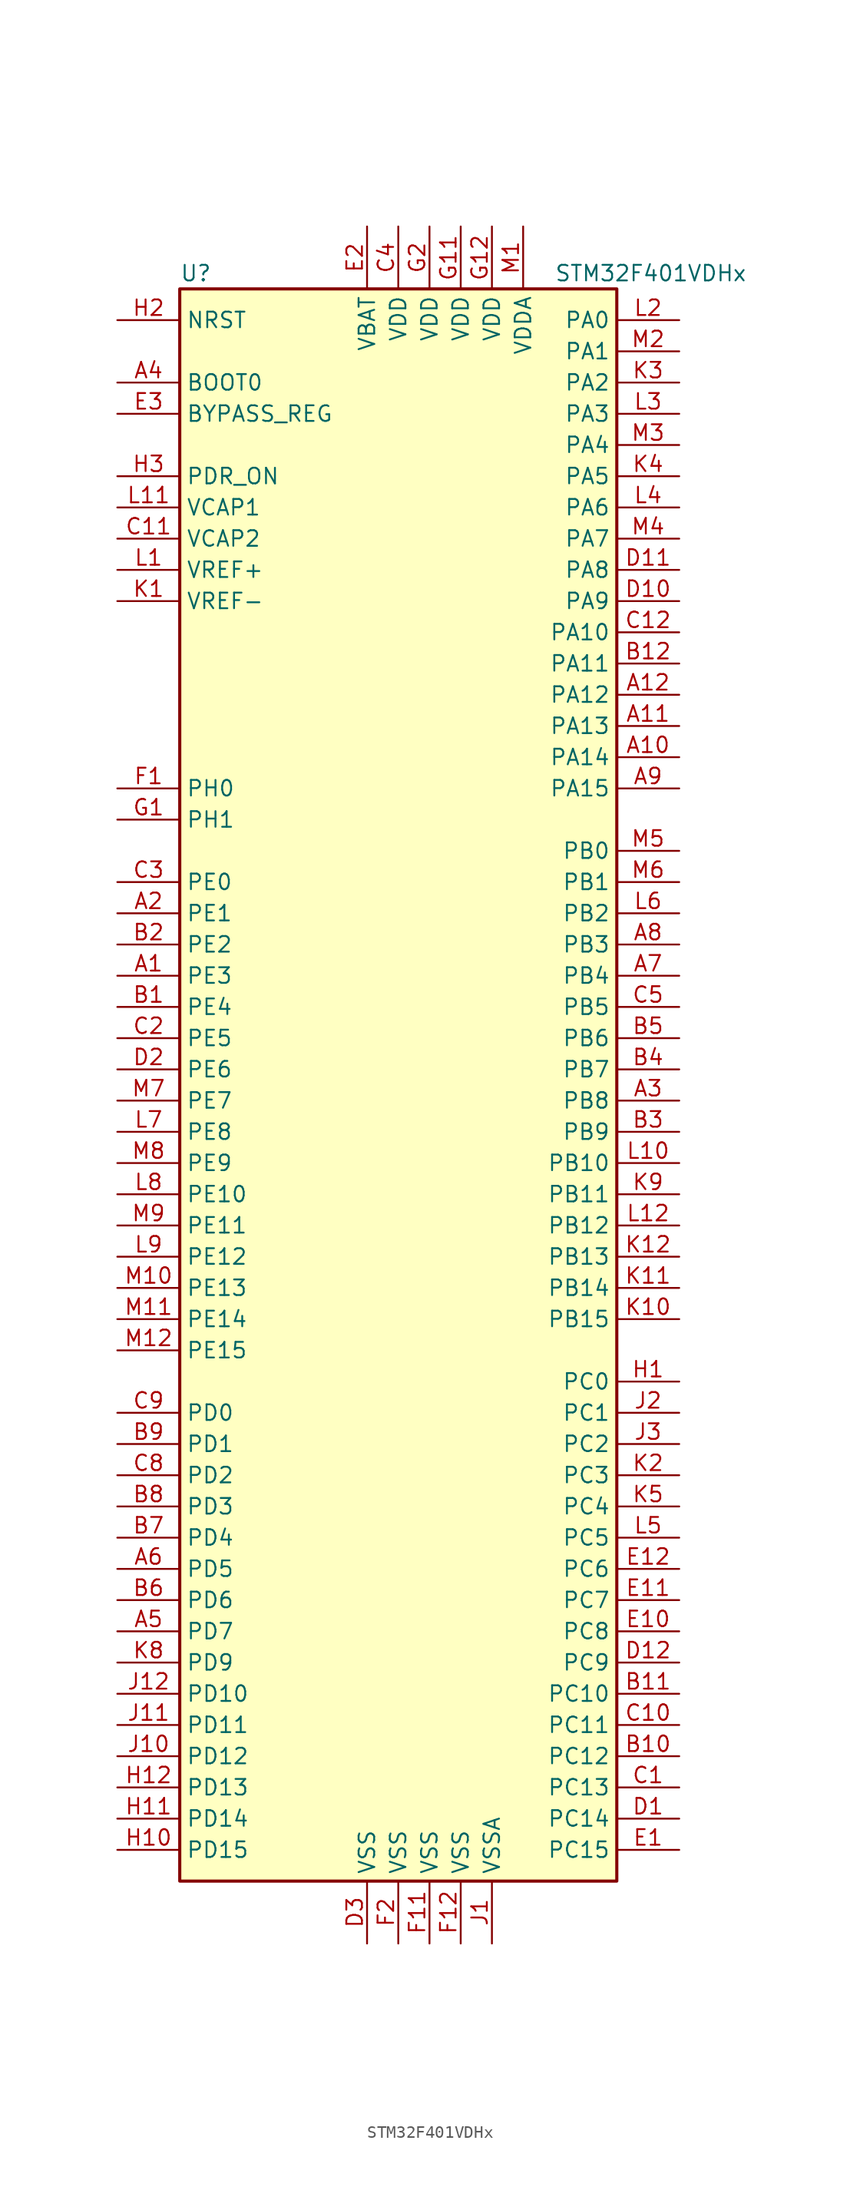
<source format=kicad_sym>
(kicad_symbol_lib
  (version 20201005)
  (generator kicad_symbol_editor)
  (symbol "STM32F401VDHx"
    (property "Reference" "U"
      (at -17.78 64.77 0)
      (effects (font (size 1.27 1.27)) (justify left)))
    (property "Value" "STM32F401VDHx"
      (at 12.7 64.77 0)
      (effects (font (size 1.27 1.27)) (justify left)))
    (symbol "STM32F401VDHx_0_1"
      (rectangle (start -17.78 -66.04) (end 17.78 63.5) (stroke (width 0.254)) (fill (type background))))
    (symbol "STM32F401VDHx_1_1"
      (pin bidirectional line (at -22.86 7.62 0) (length 5.08) (name "PE3" (effects (font (size 1.27 1.27)))) (number "A1" (effects (font (size 1.27 1.27)))))
      (pin bidirectional line (at 22.86 25.4 180) (length 5.08) (name "PA14" (effects (font (size 1.27 1.27)))) (number "A10" (effects (font (size 1.27 1.27)))))
      (pin bidirectional line (at 22.86 27.94 180) (length 5.08) (name "PA13" (effects (font (size 1.27 1.27)))) (number "A11" (effects (font (size 1.27 1.27)))))
      (pin bidirectional line (at 22.86 30.48 180) (length 5.08) (name "PA12" (effects (font (size 1.27 1.27)))) (number "A12" (effects (font (size 1.27 1.27)))))
      (pin bidirectional line (at -22.86 12.7 0) (length 5.08) (name "PE1" (effects (font (size 1.27 1.27)))) (number "A2" (effects (font (size 1.27 1.27)))))
      (pin bidirectional line (at 22.86 -2.54 180) (length 5.08) (name "PB8" (effects (font (size 1.27 1.27)))) (number "A3" (effects (font (size 1.27 1.27)))))
      (pin input line (at -22.86 55.88 0) (length 5.08) (name "BOOT0" (effects (font (size 1.27 1.27)))) (number "A4" (effects (font (size 1.27 1.27)))))
      (pin bidirectional line (at -22.86 -45.72 0) (length 5.08) (name "PD7" (effects (font (size 1.27 1.27)))) (number "A5" (effects (font (size 1.27 1.27)))))
      (pin bidirectional line (at -22.86 -40.64 0) (length 5.08) (name "PD5" (effects (font (size 1.27 1.27)))) (number "A6" (effects (font (size 1.27 1.27)))))
      (pin bidirectional line (at 22.86 7.62 180) (length 5.08) (name "PB4" (effects (font (size 1.27 1.27)))) (number "A7" (effects (font (size 1.27 1.27)))))
      (pin bidirectional line (at 22.86 10.16 180) (length 5.08) (name "PB3" (effects (font (size 1.27 1.27)))) (number "A8" (effects (font (size 1.27 1.27)))))
      (pin bidirectional line (at 22.86 22.86 180) (length 5.08) (name "PA15" (effects (font (size 1.27 1.27)))) (number "A9" (effects (font (size 1.27 1.27)))))
      (pin bidirectional line (at -22.86 5.08 0) (length 5.08) (name "PE4" (effects (font (size 1.27 1.27)))) (number "B1" (effects (font (size 1.27 1.27)))))
      (pin bidirectional line (at 22.86 -55.88 180) (length 5.08) (name "PC12" (effects (font (size 1.27 1.27)))) (number "B10" (effects (font (size 1.27 1.27)))))
      (pin bidirectional line (at 22.86 -50.8 180) (length 5.08) (name "PC10" (effects (font (size 1.27 1.27)))) (number "B11" (effects (font (size 1.27 1.27)))))
      (pin bidirectional line (at 22.86 33.02 180) (length 5.08) (name "PA11" (effects (font (size 1.27 1.27)))) (number "B12" (effects (font (size 1.27 1.27)))))
      (pin bidirectional line (at -22.86 10.16 0) (length 5.08) (name "PE2" (effects (font (size 1.27 1.27)))) (number "B2" (effects (font (size 1.27 1.27)))))
      (pin bidirectional line (at 22.86 -5.08 180) (length 5.08) (name "PB9" (effects (font (size 1.27 1.27)))) (number "B3" (effects (font (size 1.27 1.27)))))
      (pin bidirectional line (at 22.86 0 180) (length 5.08) (name "PB7" (effects (font (size 1.27 1.27)))) (number "B4" (effects (font (size 1.27 1.27)))))
      (pin bidirectional line (at 22.86 2.54 180) (length 5.08) (name "PB6" (effects (font (size 1.27 1.27)))) (number "B5" (effects (font (size 1.27 1.27)))))
      (pin bidirectional line (at -22.86 -43.18 0) (length 5.08) (name "PD6" (effects (font (size 1.27 1.27)))) (number "B6" (effects (font (size 1.27 1.27)))))
      (pin bidirectional line (at -22.86 -38.1 0) (length 5.08) (name "PD4" (effects (font (size 1.27 1.27)))) (number "B7" (effects (font (size 1.27 1.27)))))
      (pin bidirectional line (at -22.86 -35.56 0) (length 5.08) (name "PD3" (effects (font (size 1.27 1.27)))) (number "B8" (effects (font (size 1.27 1.27)))))
      (pin bidirectional line (at -22.86 -30.48 0) (length 5.08) (name "PD1" (effects (font (size 1.27 1.27)))) (number "B9" (effects (font (size 1.27 1.27)))))
      (pin bidirectional line (at 22.86 -58.42 180) (length 5.08) (name "PC13" (effects (font (size 1.27 1.27)))) (number "C1" (effects (font (size 1.27 1.27)))))
      (pin bidirectional line (at 22.86 -53.34 180) (length 5.08) (name "PC11" (effects (font (size 1.27 1.27)))) (number "C10" (effects (font (size 1.27 1.27)))))
      (pin power_in line (at -22.86 43.18 0) (length 5.08) (name "VCAP2" (effects (font (size 1.27 1.27)))) (number "C11" (effects (font (size 1.27 1.27)))))
      (pin bidirectional line (at 22.86 35.56 180) (length 5.08) (name "PA10" (effects (font (size 1.27 1.27)))) (number "C12" (effects (font (size 1.27 1.27)))))
      (pin bidirectional line (at -22.86 2.54 0) (length 5.08) (name "PE5" (effects (font (size 1.27 1.27)))) (number "C2" (effects (font (size 1.27 1.27)))))
      (pin bidirectional line (at -22.86 15.24 0) (length 5.08) (name "PE0" (effects (font (size 1.27 1.27)))) (number "C3" (effects (font (size 1.27 1.27)))))
      (pin power_in line (at 0 68.58 270) (length 5.08) (name "VDD" (effects (font (size 1.27 1.27)))) (number "C4" (effects (font (size 1.27 1.27)))))
      (pin bidirectional line (at 22.86 5.08 180) (length 5.08) (name "PB5" (effects (font (size 1.27 1.27)))) (number "C5" (effects (font (size 1.27 1.27)))))
      (pin bidirectional line (at -22.86 -33.02 0) (length 5.08) (name "PD2" (effects (font (size 1.27 1.27)))) (number "C8" (effects (font (size 1.27 1.27)))))
      (pin bidirectional line (at -22.86 -27.94 0) (length 5.08) (name "PD0" (effects (font (size 1.27 1.27)))) (number "C9" (effects (font (size 1.27 1.27)))))
      (pin bidirectional line (at 22.86 -60.96 180) (length 5.08) (name "PC14" (effects (font (size 1.27 1.27)))) (number "D1" (effects (font (size 1.27 1.27)))))
      (pin bidirectional line (at 22.86 38.1 180) (length 5.08) (name "PA9" (effects (font (size 1.27 1.27)))) (number "D10" (effects (font (size 1.27 1.27)))))
      (pin bidirectional line (at 22.86 40.64 180) (length 5.08) (name "PA8" (effects (font (size 1.27 1.27)))) (number "D11" (effects (font (size 1.27 1.27)))))
      (pin bidirectional line (at 22.86 -48.26 180) (length 5.08) (name "PC9" (effects (font (size 1.27 1.27)))) (number "D12" (effects (font (size 1.27 1.27)))))
      (pin bidirectional line (at -22.86 0 0) (length 5.08) (name "PE6" (effects (font (size 1.27 1.27)))) (number "D2" (effects (font (size 1.27 1.27)))))
      (pin power_in line (at -2.54 -71.12 90) (length 5.08) (name "VSS" (effects (font (size 1.27 1.27)))) (number "D3" (effects (font (size 1.27 1.27)))))
      (pin bidirectional line (at 22.86 -63.5 180) (length 5.08) (name "PC15" (effects (font (size 1.27 1.27)))) (number "E1" (effects (font (size 1.27 1.27)))))
      (pin bidirectional line (at 22.86 -45.72 180) (length 5.08) (name "PC8" (effects (font (size 1.27 1.27)))) (number "E10" (effects (font (size 1.27 1.27)))))
      (pin bidirectional line (at 22.86 -43.18 180) (length 5.08) (name "PC7" (effects (font (size 1.27 1.27)))) (number "E11" (effects (font (size 1.27 1.27)))))
      (pin bidirectional line (at 22.86 -40.64 180) (length 5.08) (name "PC6" (effects (font (size 1.27 1.27)))) (number "E12" (effects (font (size 1.27 1.27)))))
      (pin power_in line (at -2.54 68.58 270) (length 5.08) (name "VBAT" (effects (font (size 1.27 1.27)))) (number "E2" (effects (font (size 1.27 1.27)))))
      (pin input line (at -22.86 53.34 0) (length 5.08) (name "BYPASS_REG" (effects (font (size 1.27 1.27)))) (number "E3" (effects (font (size 1.27 1.27)))))
      (pin input line (at -22.86 22.86 0) (length 5.08) (name "PH0" (effects (font (size 1.27 1.27)))) (number "F1" (effects (font (size 1.27 1.27)))))
      (pin power_in line (at 2.54 -71.12 90) (length 5.08) (name "VSS" (effects (font (size 1.27 1.27)))) (number "F11" (effects (font (size 1.27 1.27)))))
      (pin power_in line (at 5.08 -71.12 90) (length 5.08) (name "VSS" (effects (font (size 1.27 1.27)))) (number "F12" (effects (font (size 1.27 1.27)))))
      (pin power_in line (at 0 -71.12 90) (length 5.08) (name "VSS" (effects (font (size 1.27 1.27)))) (number "F2" (effects (font (size 1.27 1.27)))))
      (pin input line (at -22.86 20.32 0) (length 5.08) (name "PH1" (effects (font (size 1.27 1.27)))) (number "G1" (effects (font (size 1.27 1.27)))))
      (pin power_in line (at 5.08 68.58 270) (length 5.08) (name "VDD" (effects (font (size 1.27 1.27)))) (number "G11" (effects (font (size 1.27 1.27)))))
      (pin power_in line (at 7.62 68.58 270) (length 5.08) (name "VDD" (effects (font (size 1.27 1.27)))) (number "G12" (effects (font (size 1.27 1.27)))))
      (pin power_in line (at 2.54 68.58 270) (length 5.08) (name "VDD" (effects (font (size 1.27 1.27)))) (number "G2" (effects (font (size 1.27 1.27)))))
      (pin bidirectional line (at 22.86 -25.4 180) (length 5.08) (name "PC0" (effects (font (size 1.27 1.27)))) (number "H1" (effects (font (size 1.27 1.27)))))
      (pin bidirectional line (at -22.86 -63.5 0) (length 5.08) (name "PD15" (effects (font (size 1.27 1.27)))) (number "H10" (effects (font (size 1.27 1.27)))))
      (pin bidirectional line (at -22.86 -60.96 0) (length 5.08) (name "PD14" (effects (font (size 1.27 1.27)))) (number "H11" (effects (font (size 1.27 1.27)))))
      (pin bidirectional line (at -22.86 -58.42 0) (length 5.08) (name "PD13" (effects (font (size 1.27 1.27)))) (number "H12" (effects (font (size 1.27 1.27)))))
      (pin input line (at -22.86 60.96 0) (length 5.08) (name "NRST" (effects (font (size 1.27 1.27)))) (number "H2" (effects (font (size 1.27 1.27)))))
      (pin power_in line (at -22.86 48.26 0) (length 5.08) (name "PDR_ON" (effects (font (size 1.27 1.27)))) (number "H3" (effects (font (size 1.27 1.27)))))
      (pin power_in line (at 7.62 -71.12 90) (length 5.08) (name "VSSA" (effects (font (size 1.27 1.27)))) (number "J1" (effects (font (size 1.27 1.27)))))
      (pin bidirectional line (at -22.86 -55.88 0) (length 5.08) (name "PD12" (effects (font (size 1.27 1.27)))) (number "J10" (effects (font (size 1.27 1.27)))))
      (pin bidirectional line (at -22.86 -53.34 0) (length 5.08) (name "PD11" (effects (font (size 1.27 1.27)))) (number "J11" (effects (font (size 1.27 1.27)))))
      (pin bidirectional line (at -22.86 -50.8 0) (length 5.08) (name "PD10" (effects (font (size 1.27 1.27)))) (number "J12" (effects (font (size 1.27 1.27)))))
      (pin bidirectional line (at 22.86 -27.94 180) (length 5.08) (name "PC1" (effects (font (size 1.27 1.27)))) (number "J2" (effects (font (size 1.27 1.27)))))
      (pin bidirectional line (at 22.86 -30.48 180) (length 5.08) (name "PC2" (effects (font (size 1.27 1.27)))) (number "J3" (effects (font (size 1.27 1.27)))))
      (pin power_in line (at -22.86 38.1 0) (length 5.08) (name "VREF-" (effects (font (size 1.27 1.27)))) (number "K1" (effects (font (size 1.27 1.27)))))
      (pin bidirectional line (at 22.86 -20.32 180) (length 5.08) (name "PB15" (effects (font (size 1.27 1.27)))) (number "K10" (effects (font (size 1.27 1.27)))))
      (pin bidirectional line (at 22.86 -17.78 180) (length 5.08) (name "PB14" (effects (font (size 1.27 1.27)))) (number "K11" (effects (font (size 1.27 1.27)))))
      (pin bidirectional line (at 22.86 -15.24 180) (length 5.08) (name "PB13" (effects (font (size 1.27 1.27)))) (number "K12" (effects (font (size 1.27 1.27)))))
      (pin bidirectional line (at 22.86 -33.02 180) (length 5.08) (name "PC3" (effects (font (size 1.27 1.27)))) (number "K2" (effects (font (size 1.27 1.27)))))
      (pin bidirectional line (at 22.86 55.88 180) (length 5.08) (name "PA2" (effects (font (size 1.27 1.27)))) (number "K3" (effects (font (size 1.27 1.27)))))
      (pin bidirectional line (at 22.86 48.26 180) (length 5.08) (name "PA5" (effects (font (size 1.27 1.27)))) (number "K4" (effects (font (size 1.27 1.27)))))
      (pin bidirectional line (at 22.86 -35.56 180) (length 5.08) (name "PC4" (effects (font (size 1.27 1.27)))) (number "K5" (effects (font (size 1.27 1.27)))))
      (pin bidirectional line (at -22.86 -48.26 0) (length 5.08) (name "PD9" (effects (font (size 1.27 1.27)))) (number "K8" (effects (font (size 1.27 1.27)))))
      (pin bidirectional line (at 22.86 -10.16 180) (length 5.08) (name "PB11" (effects (font (size 1.27 1.27)))) (number "K9" (effects (font (size 1.27 1.27)))))
      (pin power_in line (at -22.86 40.64 0) (length 5.08) (name "VREF+" (effects (font (size 1.27 1.27)))) (number "L1" (effects (font (size 1.27 1.27)))))
      (pin bidirectional line (at 22.86 -7.62 180) (length 5.08) (name "PB10" (effects (font (size 1.27 1.27)))) (number "L10" (effects (font (size 1.27 1.27)))))
      (pin power_in line (at -22.86 45.72 0) (length 5.08) (name "VCAP1" (effects (font (size 1.27 1.27)))) (number "L11" (effects (font (size 1.27 1.27)))))
      (pin bidirectional line (at 22.86 -12.7 180) (length 5.08) (name "PB12" (effects (font (size 1.27 1.27)))) (number "L12" (effects (font (size 1.27 1.27)))))
      (pin bidirectional line (at 22.86 60.96 180) (length 5.08) (name "PA0" (effects (font (size 1.27 1.27)))) (number "L2" (effects (font (size 1.27 1.27)))))
      (pin bidirectional line (at 22.86 53.34 180) (length 5.08) (name "PA3" (effects (font (size 1.27 1.27)))) (number "L3" (effects (font (size 1.27 1.27)))))
      (pin bidirectional line (at 22.86 45.72 180) (length 5.08) (name "PA6" (effects (font (size 1.27 1.27)))) (number "L4" (effects (font (size 1.27 1.27)))))
      (pin bidirectional line (at 22.86 -38.1 180) (length 5.08) (name "PC5" (effects (font (size 1.27 1.27)))) (number "L5" (effects (font (size 1.27 1.27)))))
      (pin bidirectional line (at 22.86 12.7 180) (length 5.08) (name "PB2" (effects (font (size 1.27 1.27)))) (number "L6" (effects (font (size 1.27 1.27)))))
      (pin bidirectional line (at -22.86 -5.08 0) (length 5.08) (name "PE8" (effects (font (size 1.27 1.27)))) (number "L7" (effects (font (size 1.27 1.27)))))
      (pin bidirectional line (at -22.86 -10.16 0) (length 5.08) (name "PE10" (effects (font (size 1.27 1.27)))) (number "L8" (effects (font (size 1.27 1.27)))))
      (pin bidirectional line (at -22.86 -15.24 0) (length 5.08) (name "PE12" (effects (font (size 1.27 1.27)))) (number "L9" (effects (font (size 1.27 1.27)))))
      (pin power_in line (at 10.16 68.58 270) (length 5.08) (name "VDDA" (effects (font (size 1.27 1.27)))) (number "M1" (effects (font (size 1.27 1.27)))))
      (pin bidirectional line (at -22.86 -17.78 0) (length 5.08) (name "PE13" (effects (font (size 1.27 1.27)))) (number "M10" (effects (font (size 1.27 1.27)))))
      (pin bidirectional line (at -22.86 -20.32 0) (length 5.08) (name "PE14" (effects (font (size 1.27 1.27)))) (number "M11" (effects (font (size 1.27 1.27)))))
      (pin bidirectional line (at -22.86 -22.86 0) (length 5.08) (name "PE15" (effects (font (size 1.27 1.27)))) (number "M12" (effects (font (size 1.27 1.27)))))
      (pin bidirectional line (at 22.86 58.42 180) (length 5.08) (name "PA1" (effects (font (size 1.27 1.27)))) (number "M2" (effects (font (size 1.27 1.27)))))
      (pin bidirectional line (at 22.86 50.8 180) (length 5.08) (name "PA4" (effects (font (size 1.27 1.27)))) (number "M3" (effects (font (size 1.27 1.27)))))
      (pin bidirectional line (at 22.86 43.18 180) (length 5.08) (name "PA7" (effects (font (size 1.27 1.27)))) (number "M4" (effects (font (size 1.27 1.27)))))
      (pin bidirectional line (at 22.86 17.78 180) (length 5.08) (name "PB0" (effects (font (size 1.27 1.27)))) (number "M5" (effects (font (size 1.27 1.27)))))
      (pin bidirectional line (at 22.86 15.24 180) (length 5.08) (name "PB1" (effects (font (size 1.27 1.27)))) (number "M6" (effects (font (size 1.27 1.27)))))
      (pin bidirectional line (at -22.86 -2.54 0) (length 5.08) (name "PE7" (effects (font (size 1.27 1.27)))) (number "M7" (effects (font (size 1.27 1.27)))))
      (pin bidirectional line (at -22.86 -7.62 0) (length 5.08) (name "PE9" (effects (font (size 1.27 1.27)))) (number "M8" (effects (font (size 1.27 1.27)))))
      (pin bidirectional line (at -22.86 -12.7 0) (length 5.08) (name "PE11" (effects (font (size 1.27 1.27)))) (number "M9" (effects (font (size 1.27 1.27))))))))
</source>
